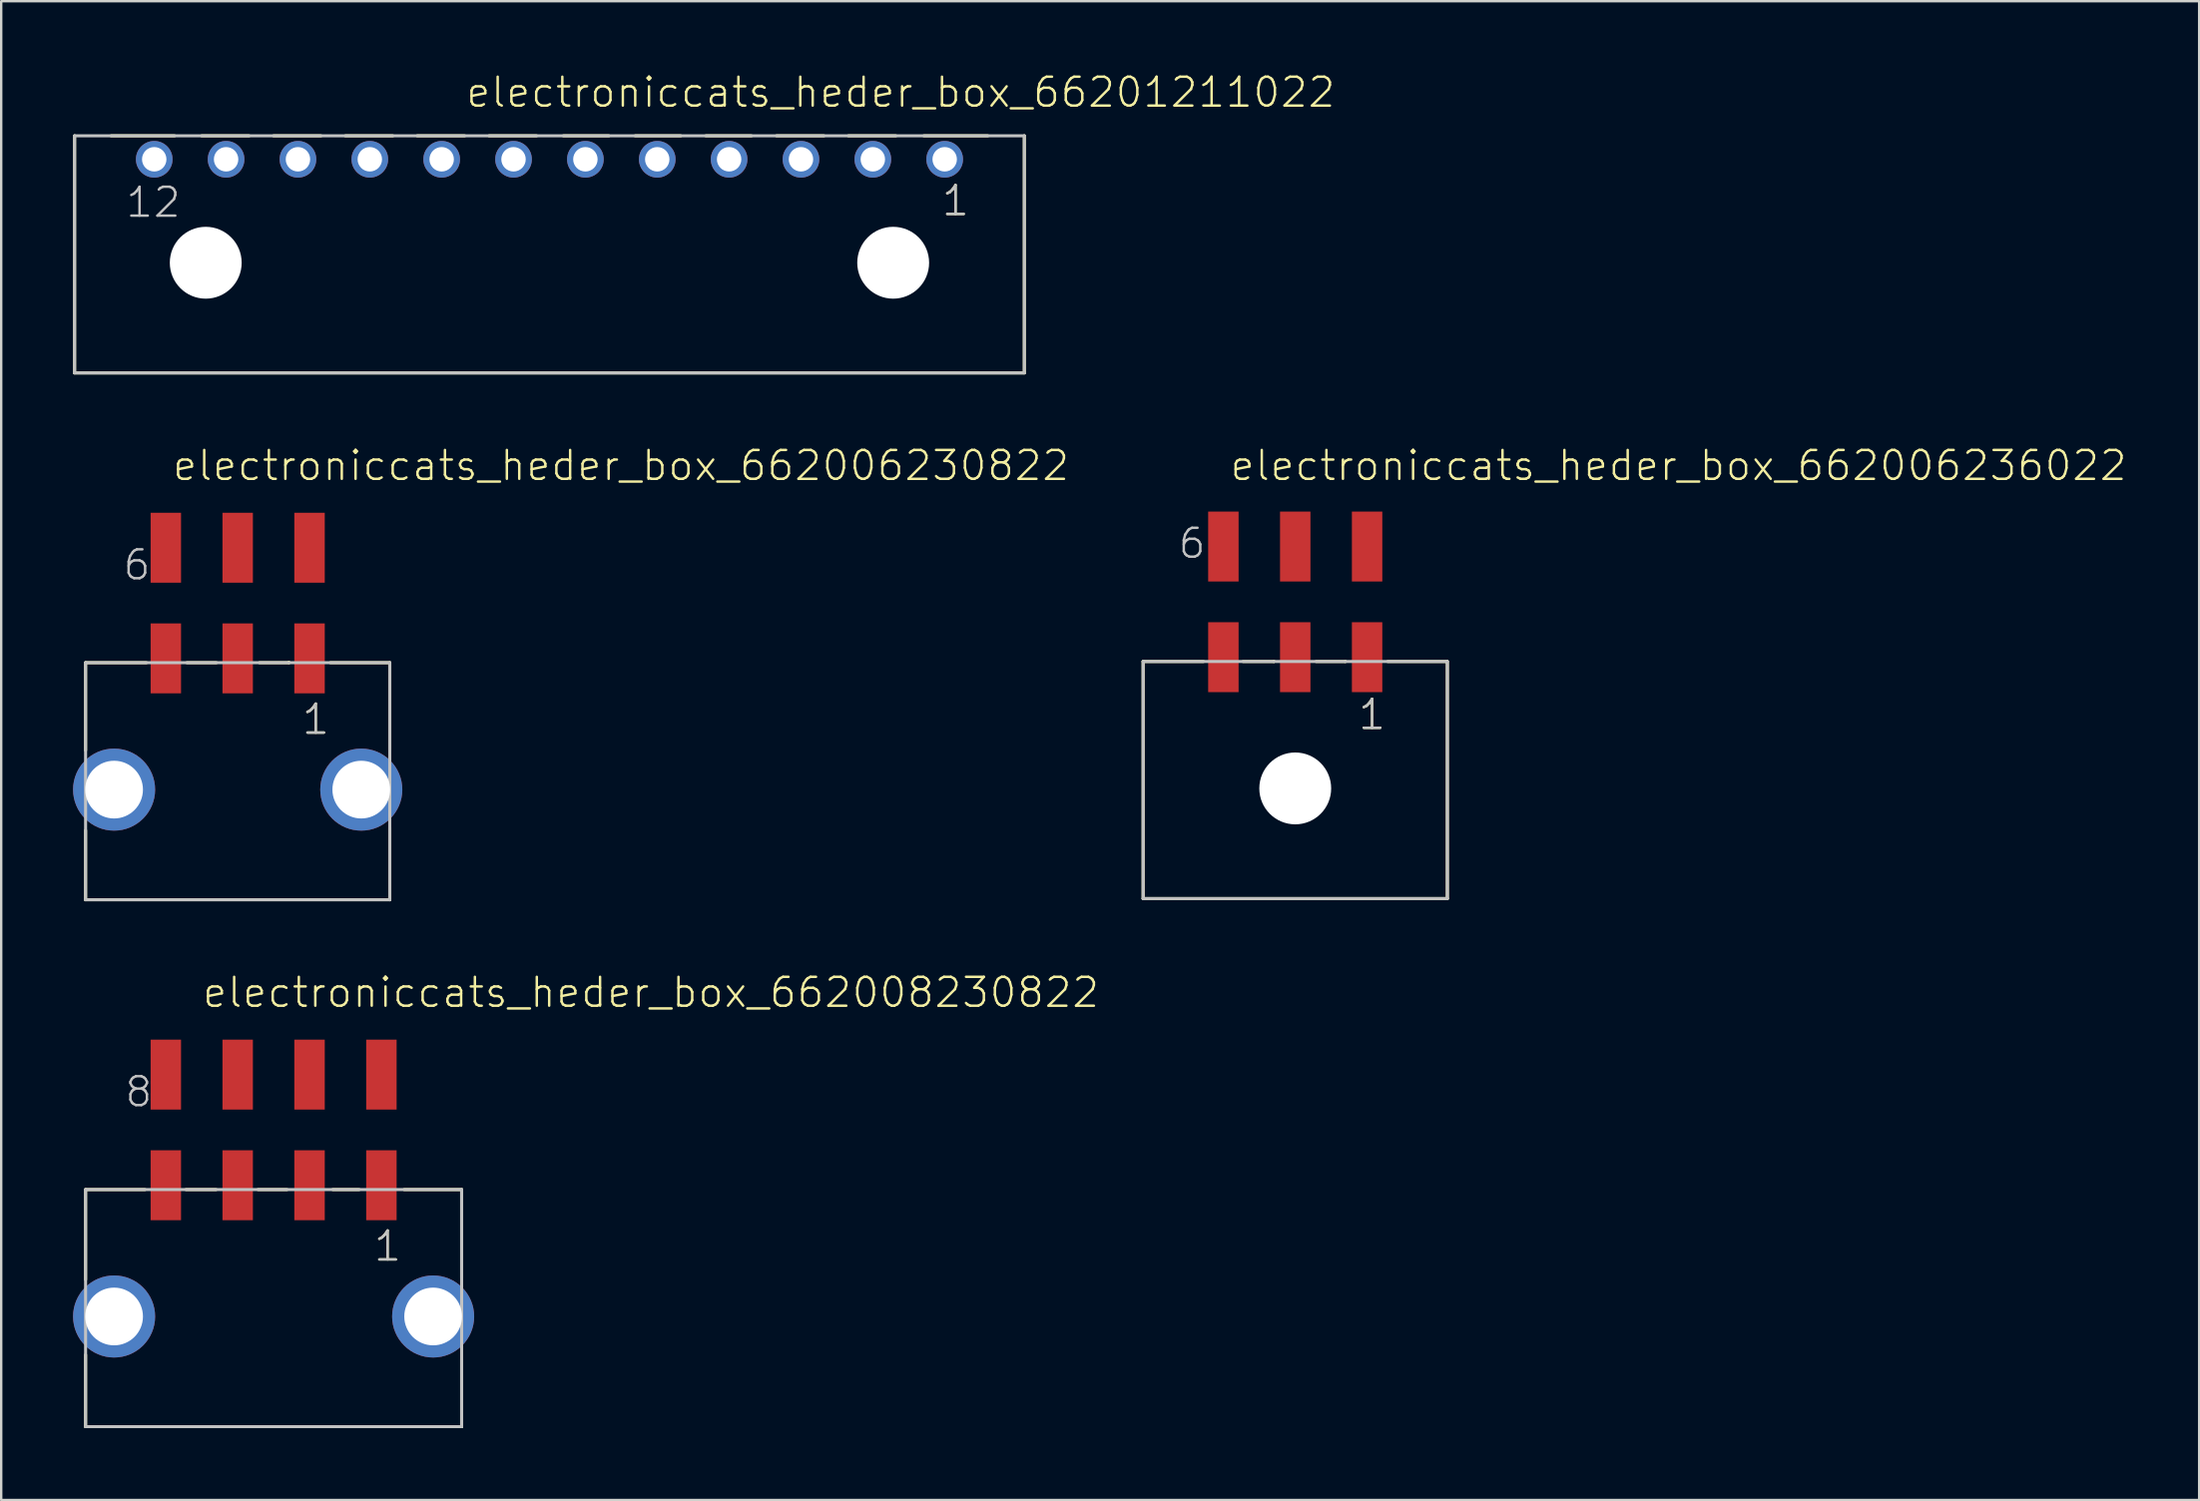
<source format=kicad_pcb>
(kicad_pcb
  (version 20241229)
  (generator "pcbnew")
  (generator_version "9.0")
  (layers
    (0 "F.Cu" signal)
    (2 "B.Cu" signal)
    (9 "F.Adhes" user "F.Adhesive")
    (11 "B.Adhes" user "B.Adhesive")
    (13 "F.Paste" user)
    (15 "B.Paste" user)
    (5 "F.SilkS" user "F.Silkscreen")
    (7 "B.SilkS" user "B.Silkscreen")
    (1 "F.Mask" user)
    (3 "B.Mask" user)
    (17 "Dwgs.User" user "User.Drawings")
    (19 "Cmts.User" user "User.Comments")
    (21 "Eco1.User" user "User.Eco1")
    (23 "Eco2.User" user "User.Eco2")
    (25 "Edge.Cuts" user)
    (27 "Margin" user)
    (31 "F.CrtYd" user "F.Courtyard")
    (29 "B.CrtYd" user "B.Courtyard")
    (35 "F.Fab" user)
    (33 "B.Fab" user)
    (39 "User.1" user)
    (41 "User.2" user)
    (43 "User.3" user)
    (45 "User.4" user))
  (footprint "electroniccats_heder_box_662006236022"
    (layer "F.Cu")
    (at 51.024 29.871)
    (property "Reference" "electroniccats_heder_box_662006236022" (at -2.785 -12.775 0) (layer "F.SilkS") (effects (font (size 1.206 1.206) (thickness 0.102)) (justify left bottom)))
    (attr through_hole)
    (fp_line (start -6.35 -5.3) (end -6.35 4.6) (stroke (width 0.127) (type solid)) (layer "F.SilkS"))
    (fp_line (start -6.35 4.6) (end 6.35 4.6) (stroke (width 0.127) (type solid)) (layer "F.SilkS"))
    (fp_line (start -3.83 -5.3) (end -6.35 -5.3) (stroke (width 0.127) (type solid)) (layer "F.SilkS"))
    (fp_line (start -2.18 -5.3) (end -0.89 -5.3) (stroke (width 0.127) (type solid)) (layer "F.SilkS"))
    (fp_line (start -0.89 -5.3) (end -0.89 -5.31) (stroke (width 0.127) (type solid)) (layer "F.SilkS"))
    (fp_line (start 0.87 -5.3) (end 2.09 -5.3) (stroke (width 0.127) (type solid)) (layer "F.SilkS"))
    (fp_line (start 2.09 -5.3) (end 2.09 -5.31) (stroke (width 0.127) (type solid)) (layer "F.SilkS"))
    (fp_line (start 3.86 -5.3) (end 6.33 -5.3) (stroke (width 0.127) (type solid)) (layer "F.SilkS"))
    (fp_line (start 6.33 -5.3) (end 6.33 -5.28) (stroke (width 0.127) (type solid)) (layer "F.SilkS"))
    (fp_line (start 6.35 4.6) (end 6.35 -5.3) (stroke (width 0.127) (type solid)) (layer "F.SilkS"))
    (fp_line (start -6.35 -5.3) (end 6.35 -5.3) (stroke (width 0.127) (type solid)) (layer "Dwgs.User"))
    (fp_line (start -6.35 4.6) (end -6.35 -5.3) (stroke (width 0.127) (type solid)) (layer "Dwgs.User"))
    (fp_line (start 6.35 -5.3) (end 6.35 4.6) (stroke (width 0.127) (type solid)) (layer "Dwgs.User"))
    (fp_line (start 6.35 4.6) (end -6.35 4.6) (stroke (width 0.127) (type solid)) (layer "Dwgs.User"))
    (fp_text user "1" (at 2.565 -2.38 0) (layer "F.SilkS") (effects (font (size 1.206 1.206) (thickness 0.102)) (justify left bottom)))
    (fp_text user "1" (at 2.565 -2.38 0) (layer "Dwgs.User") (effects (font (size 1.206 1.206) (thickness 0.102)) (justify left bottom)))
    (fp_text user "6" (at -4.95 -9.525 0) (layer "Dwgs.User") (effects (font (size 1.206 1.206) (thickness 0.102)) (justify left bottom)))
    (pad "" np_thru_hole circle (at 0 0) (size 3 3) (drill 3) (layers "*.Cu"))
    (pad "1" smd rect (at 3 -5.48 90) (size 2.92 1.27) (layers "F.Cu" "F.Mask" "F.Paste"))
    (pad "2" smd rect (at 0 -5.48 90) (size 2.92 1.27) (layers "F.Cu" "F.Mask" "F.Paste"))
    (pad "3" smd rect (at -3 -5.48 90) (size 2.92 1.27) (layers "F.Cu" "F.Mask" "F.Paste"))
    (pad "4" smd rect (at 3 -10.1 90) (size 2.92 1.27) (layers "F.Cu" "F.Mask" "F.Paste"))
    (pad "5" smd rect (at 0 -10.1 90) (size 2.92 1.27) (layers "F.Cu" "F.Mask" "F.Paste"))
    (pad "6" smd rect (at -3 -10.1 90) (size 2.92 1.27) (layers "F.Cu" "F.Mask" "F.Paste")))
  (footprint "electroniccats_heder_box_662008230822"
    (layer "F.Cu")
    (at 8.373 51.921)
    (property "Reference" "electroniccats_heder_box_662008230822" (at -3.035 -12.825 0) (layer "F.SilkS") (effects (font (size 1.206 1.206) (thickness 0.102)) (justify left bottom)))
    (attr through_hole)
    (fp_line (start -7.85 -5.3) (end -7.85 -1.54) (stroke (width 0.127) (type solid)) (layer "F.SilkS"))
    (fp_line (start -7.85 1.6) (end -7.85 4.6) (stroke (width 0.127) (type solid)) (layer "F.SilkS"))
    (fp_line (start -7.85 4.6) (end 7.85 4.6) (stroke (width 0.127) (type solid)) (layer "F.SilkS"))
    (fp_line (start -5.37 -5.3) (end -7.85 -5.3) (stroke (width 0.127) (type solid)) (layer "F.SilkS"))
    (fp_line (start -3.66 -5.3) (end -2.4 -5.3) (stroke (width 0.127) (type solid)) (layer "F.SilkS"))
    (fp_line (start -0.65 -5.3) (end 0.56 -5.3) (stroke (width 0.127) (type solid)) (layer "F.SilkS"))
    (fp_line (start 2.47 -5.3) (end 3.57 -5.3) (stroke (width 0.127) (type solid)) (layer "F.SilkS"))
    (fp_line (start 5.45 -5.3) (end 7.85 -5.3) (stroke (width 0.127) (type solid)) (layer "F.SilkS"))
    (fp_line (start 7.85 -5.3) (end 7.85 -1.61) (stroke (width 0.127) (type solid)) (layer "F.SilkS"))
    (fp_line (start 7.85 4.6) (end 7.85 1.81) (stroke (width 0.127) (type solid)) (layer "F.SilkS"))
    (fp_line (start -7.85 -5.3) (end 7.85 -5.3) (stroke (width 0.127) (type solid)) (layer "Dwgs.User"))
    (fp_line (start -7.85 4.6) (end -7.85 -5.3) (stroke (width 0.127) (type solid)) (layer "Dwgs.User"))
    (fp_line (start 7.85 -5.3) (end 7.85 4.6) (stroke (width 0.127) (type solid)) (layer "Dwgs.User"))
    (fp_line (start 7.85 4.6) (end -7.85 4.6) (stroke (width 0.127) (type solid)) (layer "Dwgs.User"))
    (fp_text user "1" (at 4.115 -2.23 0) (layer "F.SilkS") (effects (font (size 1.206 1.206) (thickness 0.102)) (justify left bottom)))
    (fp_text user "8" (at -6.275 -8.675 0) (layer "Dwgs.User") (effects (font (size 1.206 1.206) (thickness 0.102)) (justify left bottom)))
    (fp_text user "1" (at 4.115 -2.23 0) (layer "Dwgs.User") (effects (font (size 1.206 1.206) (thickness 0.102)) (justify left bottom)))
    (pad "1" smd rect (at 4.5 -5.48 90) (size 2.92 1.27) (layers "F.Cu" "F.Mask" "F.Paste"))
    (pad "2" smd rect (at 1.5 -5.48 90) (size 2.92 1.27) (layers "F.Cu" "F.Mask" "F.Paste"))
    (pad "3" smd rect (at -1.5 -5.48 90) (size 2.92 1.27) (layers "F.Cu" "F.Mask" "F.Paste"))
    (pad "4" smd rect (at -4.5 -5.48 90) (size 2.92 1.27) (layers "F.Cu" "F.Mask" "F.Paste"))
    (pad "5" smd rect (at 4.5 -10.1 90) (size 2.92 1.27) (layers "F.Cu" "F.Mask" "F.Paste"))
    (pad "6" smd rect (at 1.5 -10.1 90) (size 2.92 1.27) (layers "F.Cu" "F.Mask" "F.Paste"))
    (pad "7" smd rect (at -1.5 -10.1 90) (size 2.92 1.27) (layers "F.Cu" "F.Mask" "F.Paste"))
    (pad "8" smd rect (at -4.5 -10.1 90) (size 2.92 1.27) (layers "F.Cu" "F.Mask" "F.Paste"))
    (pad "Z1" thru_hole circle (at -6.66 0) (size 3.426 3.426) (drill 2.41) (layers "*.Cu" "*.Mask"))
    (pad "Z2" thru_hole circle (at 6.66 0 90) (size 3.426 3.426) (drill 2.41) (layers "*.Cu" "*.Mask")))
  (footprint "electroniccats_heder_box_66201211022"
    (layer "F.Cu")
    (at 19.889 7.921)
    (property "Reference" "electroniccats_heder_box_66201211022" (at -3.55 -6.41 0) (layer "F.SilkS") (effects (font (size 1.206 1.206) (thickness 0.102)) (justify left bottom)))
    (attr through_hole)
    (fp_line (start -19.825 4.6) (end -19.825 -5.3) (stroke (width 0.127) (type solid)) (layer "F.SilkS"))
    (fp_line (start -18.3 -5.3) (end -15.65 -5.3) (stroke (width 0.127) (type solid)) (layer "F.SilkS"))
    (fp_line (start -14.52 -5.3) (end -12.54 -5.3) (stroke (width 0.127) (type solid)) (layer "F.SilkS"))
    (fp_line (start -11.52 -5.3) (end -9.54 -5.3) (stroke (width 0.127) (type solid)) (layer "F.SilkS"))
    (fp_line (start -8.52 -5.3) (end -6.54 -5.3) (stroke (width 0.127) (type solid)) (layer "F.SilkS"))
    (fp_line (start -5.52 -5.3) (end -3.54 -5.3) (stroke (width 0.127) (type solid)) (layer "F.SilkS"))
    (fp_line (start -2.52 -5.3) (end -0.54 -5.3) (stroke (width 0.127) (type solid)) (layer "F.SilkS"))
    (fp_line (start 0.58 -5.3) (end 2.48 -5.3) (stroke (width 0.127) (type solid)) (layer "F.SilkS"))
    (fp_line (start 3.58 -5.3) (end 5.48 -5.3) (stroke (width 0.127) (type solid)) (layer "F.SilkS"))
    (fp_line (start 6.53 -5.3) (end 8.43 -5.3) (stroke (width 0.127) (type solid)) (layer "F.SilkS"))
    (fp_line (start 9.48 -5.3) (end 11.46 -5.3) (stroke (width 0.127) (type solid)) (layer "F.SilkS"))
    (fp_line (start 12.48 -5.3) (end 14.46 -5.3) (stroke (width 0.127) (type solid)) (layer "F.SilkS"))
    (fp_line (start 15.63 -5.3) (end 18.3 -5.3) (stroke (width 0.127) (type solid)) (layer "F.SilkS"))
    (fp_line (start 19.825 -5.3) (end 19.825 4.6) (stroke (width 0.127) (type solid)) (layer "F.SilkS"))
    (fp_line (start 19.825 4.6) (end -19.825 4.6) (stroke (width 0.127) (type solid)) (layer "F.SilkS"))
    (fp_line (start -19.825 -5.3) (end 19.825 -5.3) (stroke (width 0.127) (type solid)) (layer "Dwgs.User"))
    (fp_line (start -19.825 4.6) (end -19.825 -5.3) (stroke (width 0.127) (type solid)) (layer "Dwgs.User"))
    (fp_line (start 19.825 -5.3) (end 19.825 4.6) (stroke (width 0.127) (type solid)) (layer "Dwgs.User"))
    (fp_line (start 19.825 4.6) (end -19.825 4.6) (stroke (width 0.127) (type solid)) (layer "Dwgs.User"))
    (fp_text user "1" (at 16.31 -1.885 0) (layer "F.SilkS") (effects (font (size 1.206 1.206) (thickness 0.102)) (justify left bottom)))
    (fp_text user "1" (at 16.31 -1.885 0) (layer "Dwgs.User") (effects (font (size 1.206 1.206) (thickness 0.102)) (justify left bottom)))
    (fp_text user "12" (at -17.755 -1.815 0) (layer "Dwgs.User") (effects (font (size 1.206 1.206) (thickness 0.102)) (justify left bottom)))
    (pad "" np_thru_hole circle (at -14.35 0) (size 3 3) (drill 3) (layers "*.Cu"))
    (pad "" np_thru_hole circle (at 14.35 0) (size 3 3) (drill 3) (layers "*.Cu"))
    (pad "1" thru_hole circle (at 16.5 -4.32) (size 1.53 1.53) (drill 1.02) (layers "*.Cu" "*.Mask"))
    (pad "2" thru_hole circle (at 13.5 -4.32) (size 1.53 1.53) (drill 1.02) (layers "*.Cu" "*.Mask"))
    (pad "3" thru_hole circle (at 10.5 -4.32) (size 1.53 1.53) (drill 1.02) (layers "*.Cu" "*.Mask"))
    (pad "4" thru_hole circle (at 7.5 -4.32) (size 1.53 1.53) (drill 1.02) (layers "*.Cu" "*.Mask"))
    (pad "5" thru_hole circle (at 4.5 -4.32) (size 1.53 1.53) (drill 1.02) (layers "*.Cu" "*.Mask"))
    (pad "6" thru_hole circle (at 1.5 -4.32) (size 1.53 1.53) (drill 1.02) (layers "*.Cu" "*.Mask"))
    (pad "7" thru_hole circle (at -1.5 -4.32) (size 1.53 1.53) (drill 1.02) (layers "*.Cu" "*.Mask"))
    (pad "8" thru_hole circle (at -4.5 -4.32) (size 1.53 1.53) (drill 1.02) (layers "*.Cu" "*.Mask"))
    (pad "9" thru_hole circle (at -7.5 -4.32) (size 1.53 1.53) (drill 1.02) (layers "*.Cu" "*.Mask"))
    (pad "10" thru_hole circle (at -10.5 -4.32) (size 1.53 1.53) (drill 1.02) (layers "*.Cu" "*.Mask"))
    (pad "11" thru_hole circle (at -13.5 -4.32) (size 1.53 1.53) (drill 1.02) (layers "*.Cu" "*.Mask"))
    (pad "12" thru_hole circle (at -16.5 -4.32) (size 1.53 1.53) (drill 1.02) (layers "*.Cu" "*.Mask")))
  (footprint "electroniccats_heder_box_662006230822"
    (layer "F.Cu")
    (at 6.873 29.921)
    (property "Reference" "electroniccats_heder_box_662006230822" (at -2.785 -12.825 0) (layer "F.SilkS") (effects (font (size 1.206 1.206) (thickness 0.102)) (justify left bottom)))
    (attr through_hole)
    (fp_line (start -6.35 -5.3) (end -6.35 -1.64) (stroke (width 0.127) (type solid)) (layer "F.SilkS"))
    (fp_line (start -6.35 1.7) (end -6.35 4.6) (stroke (width 0.127) (type solid)) (layer "F.SilkS"))
    (fp_line (start -6.35 4.6) (end 6.35 4.6) (stroke (width 0.127) (type solid)) (layer "F.SilkS"))
    (fp_line (start -3.81 -5.3) (end -6.35 -5.3) (stroke (width 0.127) (type solid)) (layer "F.SilkS"))
    (fp_line (start -2.12 -5.3) (end -0.89 -5.3) (stroke (width 0.127) (type solid)) (layer "F.SilkS"))
    (fp_line (start 0.91 -5.3) (end 2.14 -5.3) (stroke (width 0.127) (type solid)) (layer "F.SilkS"))
    (fp_line (start 2.14 -5.3) (end 2.14 -5.32) (stroke (width 0.127) (type solid)) (layer "F.SilkS"))
    (fp_line (start 3.87 -5.3) (end 6.35 -5.3) (stroke (width 0.127) (type solid)) (layer "F.SilkS"))
    (fp_line (start 6.35 -5.3) (end 6.35 -1.66) (stroke (width 0.127) (type solid)) (layer "F.SilkS"))
    (fp_line (start 6.35 4.6) (end 6.35 1.59) (stroke (width 0.127) (type solid)) (layer "F.SilkS"))
    (fp_line (start -6.35 -5.3) (end 6.35 -5.3) (stroke (width 0.127) (type solid)) (layer "Dwgs.User"))
    (fp_line (start -6.35 4.6) (end -6.35 -5.3) (stroke (width 0.127) (type solid)) (layer "Dwgs.User"))
    (fp_line (start 6.35 -5.3) (end 6.35 4.6) (stroke (width 0.127) (type solid)) (layer "Dwgs.User"))
    (fp_line (start 6.35 4.6) (end -6.35 4.6) (stroke (width 0.127) (type solid)) (layer "Dwgs.User"))
    (fp_text user "1" (at 2.615 -2.23 0) (layer "F.SilkS") (effects (font (size 1.206 1.206) (thickness 0.102)) (justify left bottom)))
    (fp_text user "1" (at 2.615 -2.23 0) (layer "Dwgs.User") (effects (font (size 1.206 1.206) (thickness 0.102)) (justify left bottom)))
    (fp_text user "6" (at -4.85 -8.675 0) (layer "Dwgs.User") (effects (font (size 1.206 1.206) (thickness 0.102)) (justify left bottom)))
    (pad "1" smd rect (at 3 -5.48 90) (size 2.92 1.27) (layers "F.Cu" "F.Mask" "F.Paste"))
    (pad "2" smd rect (at 0 -5.48 90) (size 2.92 1.27) (layers "F.Cu" "F.Mask" "F.Paste"))
    (pad "3" smd rect (at -3 -5.48 90) (size 2.92 1.27) (layers "F.Cu" "F.Mask" "F.Paste"))
    (pad "4" smd rect (at 3 -10.1 90) (size 2.92 1.27) (layers "F.Cu" "F.Mask" "F.Paste"))
    (pad "5" smd rect (at 0 -10.1 90) (size 2.92 1.27) (layers "F.Cu" "F.Mask" "F.Paste"))
    (pad "6" smd rect (at -3 -10.1 90) (size 2.92 1.27) (layers "F.Cu" "F.Mask" "F.Paste"))
    (pad "Z1" thru_hole circle (at -5.16 0) (size 3.426 3.426) (drill 2.41) (layers "*.Cu" "*.Mask"))
    (pad "Z2" thru_hole circle (at 5.16 0) (size 3.426 3.426) (drill 2.41) (layers "*.Cu" "*.Mask")))
  (gr_rect
    (start -3 -3)
    (end 88.761 59.584)
    (stroke (width 0.1) (type default))
    (fill no)
    (layer "Edge.Cuts")))
</source>
